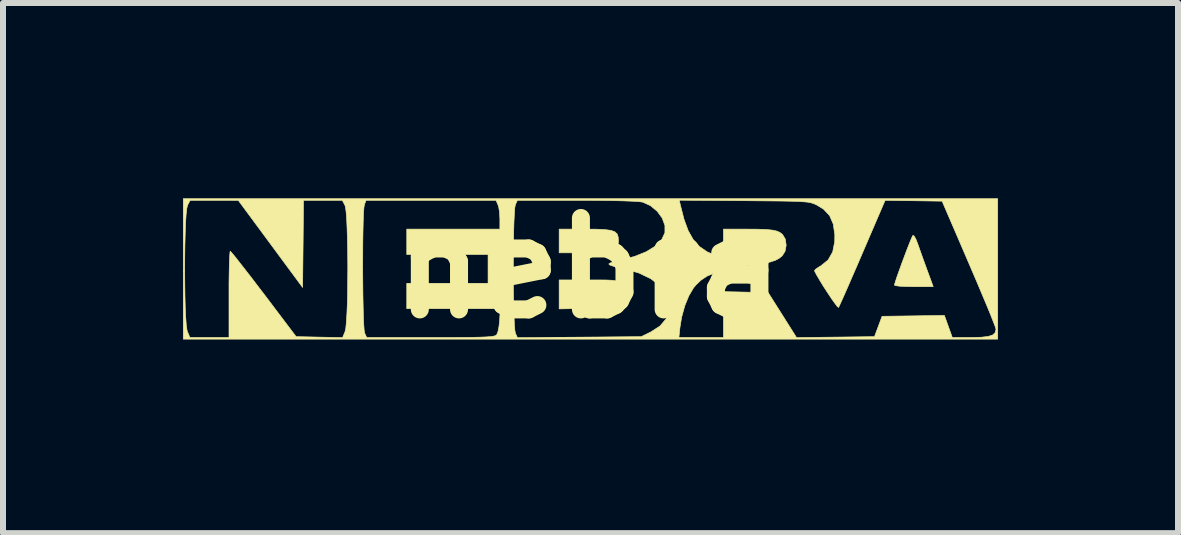
<source format=kicad_pcb>
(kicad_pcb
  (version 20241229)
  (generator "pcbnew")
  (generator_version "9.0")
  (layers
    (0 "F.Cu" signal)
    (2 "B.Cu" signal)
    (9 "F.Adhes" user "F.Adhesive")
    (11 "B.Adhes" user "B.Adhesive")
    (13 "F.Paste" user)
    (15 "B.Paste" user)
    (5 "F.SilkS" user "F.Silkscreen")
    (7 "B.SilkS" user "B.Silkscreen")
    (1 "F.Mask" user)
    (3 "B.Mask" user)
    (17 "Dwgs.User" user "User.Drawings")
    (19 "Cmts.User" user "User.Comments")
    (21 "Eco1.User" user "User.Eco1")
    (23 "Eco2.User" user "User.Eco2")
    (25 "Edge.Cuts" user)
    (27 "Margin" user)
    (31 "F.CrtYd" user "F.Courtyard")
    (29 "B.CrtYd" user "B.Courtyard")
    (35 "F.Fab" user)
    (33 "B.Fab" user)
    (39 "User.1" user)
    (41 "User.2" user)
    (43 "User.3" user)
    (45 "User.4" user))
  (footprint "nebra"
    (layer "F.Cu")
    (at 6.778 1.418)
    (property "Reference" "nebra" (at 0 0 0) (layer "F.SilkS") (effects (font (size 1.524 1.524) (thickness 0.3))))
    (attr through_hole)
    (fp_poly (pts (xy 0.148 0.198) (xy 0.276 0.199) (xy 0.366 0.203) (xy 0.427 0.211) (xy 0.467 0.223) (xy 0.496 0.241) (xy 0.523 0.266) (xy 0.523 0.267) (xy 0.581 0.36) (xy 0.587 0.463) (xy 0.539 0.566) (xy 0.525 0.584) (xy 0.457 0.663) (xy -0.508 0.681) (xy -0.508 0.198) (xy -0.027 0.198) (xy 0.148 0.198)) (stroke (width 0.01) (type solid)) (fill yes) (layer "F.SilkS"))
    (fp_poly (pts (xy 0.114 -0.648) (xy 0.256 -0.641) (xy 0.356 -0.628) (xy 0.421 -0.604) (xy 0.459 -0.568) (xy 0.476 -0.517) (xy 0.48 -0.452) (xy 0.475 -0.384) (xy 0.458 -0.333) (xy 0.419 -0.298) (xy 0.352 -0.275) (xy 0.251 -0.261) (xy 0.107 -0.255) (xy -0.077 -0.254) (xy -0.508 -0.254) (xy -0.508 -0.649) (xy -0.077 -0.649) (xy 0.114 -0.648)) (stroke (width 0.01) (type solid)) (fill yes) (layer "F.SilkS"))
    (fp_poly (pts (xy 5.409 -0.534) (xy 5.439 -0.48) (xy 5.469 -0.404) (xy 5.504 -0.304) (xy 5.551 -0.172) (xy 5.602 -0.031) (xy 5.626 0.035) (xy 5.727 0.31) (xy 5.403 0.31) (xy 5.276 0.308) (xy 5.172 0.303) (xy 5.103 0.294) (xy 5.08 0.285) (xy 5.09 0.247) (xy 5.115 0.168) (xy 5.153 0.061) (xy 5.198 -0.064) (xy 5.247 -0.195) (xy 5.294 -0.32) (xy 5.336 -0.427) (xy 5.369 -0.506) (xy 5.388 -0.544) (xy 5.389 -0.546) (xy 5.409 -0.534)) (stroke (width 0.01) (type solid)) (fill yes) (layer "F.SilkS"))
    (fp_poly (pts (xy 6.802 1.185) (xy -6.773 1.185) (xy -6.773 0.05) (xy -6.75 0.05) (xy -6.748 0.266) (xy -6.745 0.473) (xy -6.74 0.661) (xy -6.732 0.824) (xy -6.723 0.951) (xy -6.711 1.035) (xy -6.704 1.059) (xy -6.663 1.157) (xy -6.011 1.157) (xy -6.011 0.437) (xy -6.011 0.243) (xy -6.008 0.068) (xy -6.005 -0.079) (xy -6 -0.191) (xy -5.995 -0.261) (xy -5.99 -0.281) (xy -5.969 -0.259) (xy -5.917 -0.198) (xy -5.841 -0.101) (xy -5.743 0.024) (xy -5.628 0.172) (xy -5.501 0.339) (xy -5.43 0.431) (xy -4.892 1.143) (xy -4.505 1.151) (xy -4.118 1.159) (xy -4.077 1.06) (xy -4.064 1.001) (xy -4.054 0.894) (xy -4.045 0.748) (xy -4.038 0.572) (xy -4.034 0.374) (xy -4.032 0.161) (xy -4.031 0.017) (xy -3.783 0.017) (xy -3.781 0.234) (xy -3.779 0.443) (xy -3.775 0.636) (xy -3.771 0.804) (xy -3.765 0.94) (xy -3.758 1.037) (xy -3.749 1.085) (xy -3.749 1.085) (xy -3.716 1.157) (xy -2.652 1.157) (xy -2.376 1.157) (xy -2.151 1.156) (xy -1.972 1.155) (xy -1.833 1.152) (xy -1.729 1.148) (xy -1.654 1.143) (xy -1.604 1.136) (xy -1.572 1.127) (xy -1.554 1.116) (xy -1.549 1.111) (xy -1.528 1.061) (xy -1.511 0.973) (xy -1.5 0.871) (xy -1.489 0.677) (xy -3.048 0.677) (xy -3.048 0.254) (xy -1.693 0.254) (xy -1.693 0.017) (xy -1.272 0.017) (xy -1.271 0.235) (xy -1.269 0.445) (xy -1.265 0.638) (xy -1.26 0.807) (xy -1.254 0.944) (xy -1.246 1.04) (xy -1.237 1.087) (xy -1.203 1.16) (xy -0.828 1.157) (xy 1.488 1.157) (xy 2.23 1.157) (xy 2.23 0.393) (xy 2.976 0.409) (xy 3.213 0.784) (xy 3.449 1.158) (xy 4.098 1.151) (xy 4.748 1.143) (xy 4.811 0.974) (xy 4.874 0.804) (xy 5.393 0.797) (xy 5.913 0.789) (xy 5.979 0.973) (xy 6.045 1.157) (xy 6.357 1.157) (xy 6.525 1.153) (xy 6.643 1.14) (xy 6.719 1.115) (xy 6.76 1.076) (xy 6.773 1.021) (xy 6.773 1.017) (xy 6.762 0.981) (xy 6.731 0.9) (xy 6.683 0.778) (xy 6.619 0.622) (xy 6.541 0.437) (xy 6.454 0.23) (xy 6.358 0.006) (xy 6.324 -0.073) (xy 5.875 -1.115) (xy 5.4 -1.122) (xy 4.925 -1.128) (xy 4.546 -0.247) (xy 4.456 -0.037) (xy 4.372 0.155) (xy 4.298 0.326) (xy 4.236 0.467) (xy 4.188 0.573) (xy 4.158 0.639) (xy 4.149 0.657) (xy 4.129 0.642) (xy 4.088 0.588) (xy 4.031 0.508) (xy 3.966 0.41) (xy 3.898 0.306) (xy 3.837 0.206) (xy 3.787 0.121) (xy 3.755 0.062) (xy 3.749 0.04) (xy 3.771 0.016) (xy 3.828 -0.022) (xy 3.857 -0.039) (xy 3.975 -0.135) (xy 4.051 -0.268) (xy 4.085 -0.439) (xy 4.087 -0.553) (xy 4.061 -0.733) (xy 4 -0.874) (xy 3.898 -0.982) (xy 3.791 -1.048) (xy 3.755 -1.065) (xy 3.72 -1.079) (xy 3.68 -1.09) (xy 3.628 -1.099) (xy 3.56 -1.105) (xy 3.468 -1.111) (xy 3.348 -1.114) (xy 3.192 -1.117) (xy 2.996 -1.119) (xy 2.753 -1.121) (xy 2.574 -1.123) (xy 1.494 -1.131) (xy 1.512 -1.052) (xy 1.573 -0.813) (xy 1.643 -0.623) (xy 1.727 -0.474) (xy 1.83 -0.359) (xy 1.96 -0.27) (xy 2.121 -0.201) (xy 2.169 -0.185) (xy 2.198 -0.178) (xy 2.216 -0.188) (xy 2.225 -0.224) (xy 2.229 -0.297) (xy 2.23 -0.407) (xy 2.23 -0.649) (xy 2.607 -0.649) (xy 2.797 -0.648) (xy 2.939 -0.643) (xy 3.043 -0.633) (xy 3.117 -0.617) (xy 3.171 -0.594) (xy 3.214 -0.561) (xy 3.215 -0.56) (xy 3.262 -0.482) (xy 3.276 -0.381) (xy 3.258 -0.28) (xy 3.21 -0.204) (xy 3.157 -0.161) (xy 3.094 -0.128) (xy 3.01 -0.101) (xy 2.895 -0.076) (xy 2.737 -0.051) (xy 2.689 -0.045) (xy 2.441 -0.006) (xy 2.243 0.034) (xy 2.085 0.08) (xy 1.959 0.134) (xy 1.858 0.2) (xy 1.773 0.281) (xy 1.73 0.333) (xy 1.654 0.462) (xy 1.586 0.629) (xy 1.534 0.817) (xy 1.505 0.994) (xy 1.488 1.157) (xy -0.828 1.157) (xy -0.171 1.152) (xy 0.861 1.143) (xy 1.022 1.064) (xy 1.173 0.966) (xy 1.273 0.848) (xy 1.32 0.713) (xy 1.315 0.565) (xy 1.27 0.437) (xy 1.17 0.296) (xy 1.02 0.178) (xy 0.819 0.082) (xy 0.569 0.009) (xy 0.492 -0.007) (xy 0.401 -0.028) (xy 0.339 -0.05) (xy 0.319 -0.068) (xy 0.349 -0.087) (xy 0.42 -0.11) (xy 0.516 -0.133) (xy 0.519 -0.133) (xy 0.75 -0.194) (xy 0.944 -0.272) (xy 1.096 -0.366) (xy 1.201 -0.473) (xy 1.255 -0.589) (xy 1.255 -0.59) (xy 1.255 -0.71) (xy 1.209 -0.834) (xy 1.126 -0.947) (xy 1.014 -1.04) (xy 0.884 -1.099) (xy 0.824 -1.107) (xy 0.712 -1.114) (xy 0.551 -1.12) (xy 0.348 -1.125) (xy 0.104 -1.128) (xy -0.174 -1.129) (xy -0.214 -1.129) (xy -1.204 -1.129) (xy -1.237 -1.057) (xy -1.247 -1.008) (xy -1.254 -0.911) (xy -1.261 -0.774) (xy -1.266 -0.604) (xy -1.269 -0.41) (xy -1.271 -0.2) (xy -1.272 0.017) (xy -1.693 0.017) (xy -1.693 -0.226) (xy -3.048 -0.226) (xy -3.048 -0.649) (xy -1.496 -0.649) (xy -1.496 -0.817) (xy -1.501 -0.922) (xy -1.515 -1.014) (xy -1.529 -1.057) (xy -1.561 -1.129) (xy -3.727 -1.129) (xy -3.754 -1.056) (xy -3.762 -1.007) (xy -3.769 -0.909) (xy -3.774 -0.772) (xy -3.778 -0.602) (xy -3.781 -0.409) (xy -3.782 -0.2) (xy -3.783 0.017) (xy -4.031 0.017) (xy -4.031 -0.057) (xy -4.033 -0.273) (xy -4.037 -0.478) (xy -4.043 -0.664) (xy -4.05 -0.823) (xy -4.06 -0.946) (xy -4.072 -1.025) (xy -4.079 -1.046) (xy -4.122 -1.129) (xy -4.769 -1.129) (xy -4.776 -0.403) (xy -4.784 0.323) (xy -5.856 -1.128) (xy -6.258 -1.129) (xy -6.659 -1.129) (xy -6.702 -1.046) (xy -6.715 -0.992) (xy -6.726 -0.89) (xy -6.735 -0.749) (xy -6.741 -0.576) (xy -6.746 -0.38) (xy -6.749 -0.168) (xy -6.75 0.05) (xy -6.773 0.05) (xy -6.773 -1.157) (xy 6.802 -1.157) (xy 6.802 1.185)) (stroke (width 0.01) (type solid)) (fill yes) (layer "F.SilkS")))
  (gr_rect
    (start -3 -3)
    (end 16.585 5.836)
    (stroke (width 0.1) (type default))
    (fill no)
    (layer "Edge.Cuts")))
</source>
